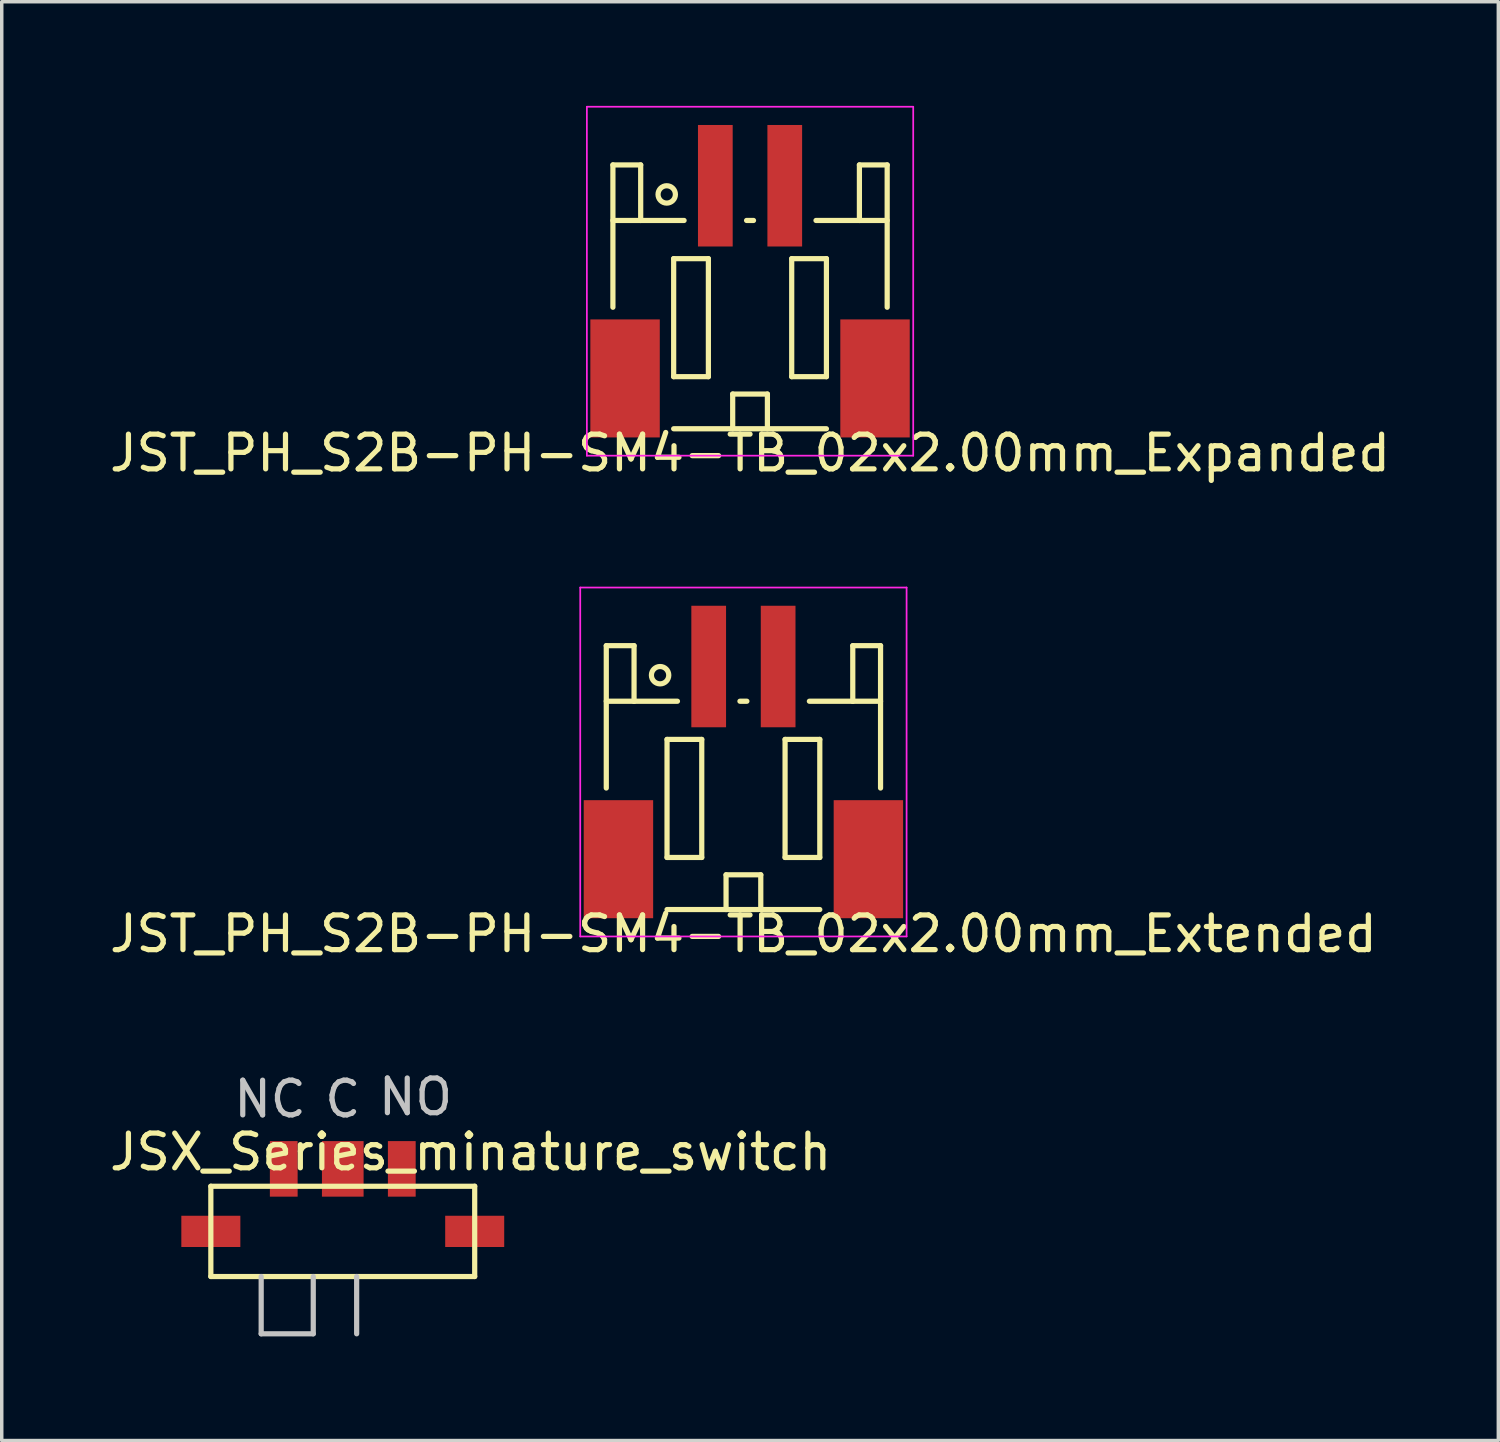
<source format=kicad_pcb>
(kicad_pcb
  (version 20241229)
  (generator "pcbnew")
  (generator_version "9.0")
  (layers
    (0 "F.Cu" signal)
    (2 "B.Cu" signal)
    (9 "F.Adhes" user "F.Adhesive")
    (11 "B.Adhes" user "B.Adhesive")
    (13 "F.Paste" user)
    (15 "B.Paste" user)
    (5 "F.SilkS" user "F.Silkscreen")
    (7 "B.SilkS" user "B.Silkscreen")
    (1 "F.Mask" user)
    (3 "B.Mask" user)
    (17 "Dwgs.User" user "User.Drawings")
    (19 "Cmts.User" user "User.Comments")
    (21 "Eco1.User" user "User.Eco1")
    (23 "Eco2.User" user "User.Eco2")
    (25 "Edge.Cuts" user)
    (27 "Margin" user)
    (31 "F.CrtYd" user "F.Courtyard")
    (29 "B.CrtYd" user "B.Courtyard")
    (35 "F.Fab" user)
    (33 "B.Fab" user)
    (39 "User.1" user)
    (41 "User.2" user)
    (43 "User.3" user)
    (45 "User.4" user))
  (footprint "JST_PH_S2B-PH-SM4-TB_02x2.00mm_Extended"
    (layer "F.Cu")
    (at 18.363 18.923)
    (property "Reference" "JST_PH_S2B-PH-SM4-TB_02x2.00mm_Extended" (at 0 4.925 0) (layer "F.SilkS") (effects (font (size 1 1) (thickness 0.15))))
    (attr smd)
    (fp_line (start -3.95 -3.375) (end -3.95 0.725) (stroke (width 0.15) (type solid)) (layer "F.SilkS"))
    (fp_line (start -3.15 -3.375) (end -3.95 -3.375) (stroke (width 0.15) (type solid)) (layer "F.SilkS"))
    (fp_line (start -3.15 -1.775) (end -3.95 -1.775) (stroke (width 0.15) (type solid)) (layer "F.SilkS"))
    (fp_line (start -3.15 -1.775) (end -3.15 -3.375) (stroke (width 0.15) (type solid)) (layer "F.SilkS"))
    (fp_line (start -2.2 -0.675) (end -2.2 2.725) (stroke (width 0.15) (type solid)) (layer "F.SilkS"))
    (fp_line (start -2.2 2.725) (end -1.2 2.725) (stroke (width 0.15) (type solid)) (layer "F.SilkS"))
    (fp_line (start -2.2 4.225) (end 2.2 4.225) (stroke (width 0.15) (type solid)) (layer "F.SilkS"))
    (fp_line (start -1.9 -1.775) (end -3.15 -1.775) (stroke (width 0.15) (type solid)) (layer "F.SilkS"))
    (fp_line (start -1.2 -0.675) (end -2.2 -0.675) (stroke (width 0.15) (type solid)) (layer "F.SilkS"))
    (fp_line (start -1.2 2.725) (end -1.2 -0.675) (stroke (width 0.15) (type solid)) (layer "F.SilkS"))
    (fp_line (start -0.5 3.225) (end 0.5 3.225) (stroke (width 0.15) (type solid)) (layer "F.SilkS"))
    (fp_line (start -0.5 4.225) (end -0.5 3.225) (stroke (width 0.15) (type solid)) (layer "F.SilkS"))
    (fp_line (start -0.1 -1.775) (end 0.1 -1.775) (stroke (width 0.15) (type solid)) (layer "F.SilkS"))
    (fp_line (start 0.5 3.225) (end 0.5 4.225) (stroke (width 0.15) (type solid)) (layer "F.SilkS"))
    (fp_line (start 1.2 -0.675) (end 2.2 -0.675) (stroke (width 0.15) (type solid)) (layer "F.SilkS"))
    (fp_line (start 1.2 2.725) (end 1.2 -0.675) (stroke (width 0.15) (type solid)) (layer "F.SilkS"))
    (fp_line (start 1.9 -1.775) (end 3.15 -1.775) (stroke (width 0.15) (type solid)) (layer "F.SilkS"))
    (fp_line (start 2.2 -0.675) (end 2.2 2.725) (stroke (width 0.15) (type solid)) (layer "F.SilkS"))
    (fp_line (start 2.2 2.725) (end 1.2 2.725) (stroke (width 0.15) (type solid)) (layer "F.SilkS"))
    (fp_line (start 3.15 -3.375) (end 3.95 -3.375) (stroke (width 0.15) (type solid)) (layer "F.SilkS"))
    (fp_line (start 3.15 -1.775) (end 3.15 -3.375) (stroke (width 0.15) (type solid)) (layer "F.SilkS"))
    (fp_line (start 3.15 -1.775) (end 3.95 -1.775) (stroke (width 0.15) (type solid)) (layer "F.SilkS"))
    (fp_line (start 3.95 -3.375) (end 3.95 0.725) (stroke (width 0.15) (type solid)) (layer "F.SilkS"))
    (fp_circle (center -2.4 -2.525) (end -2.15 -2.525) (stroke (width 0.15) (type solid)) (fill no) (layer "F.SilkS"))
    (fp_line (start -4.7 -5.05) (end 4.7 -5.05) (stroke (width 0.05) (type solid)) (layer "F.CrtYd"))
    (fp_line (start -4.7 5) (end -4.7 -5.05) (stroke (width 0.05) (type solid)) (layer "F.CrtYd"))
    (fp_line (start 4.7 -5.05) (end 4.7 5) (stroke (width 0.05) (type solid)) (layer "F.CrtYd"))
    (fp_line (start 4.7 5) (end -4.7 5) (stroke (width 0.05) (type solid)) (layer "F.CrtYd"))
    (pad "" smd rect (at -3.6 2.775) (size 2 3.4) (layers "F.Cu" "F.Mask" "F.Paste"))
    (pad "" smd rect (at 3.6 2.775) (size 2 3.4) (layers "F.Cu" "F.Mask" "F.Paste"))
    (pad "1" smd rect (at -1 -2.775) (size 1 3.5) (layers "F.Cu" "F.Mask" "F.Paste"))
    (pad "2" smd rect (at 1 -2.775) (size 1 3.5) (layers "F.Cu" "F.Mask" "F.Paste")))
  (footprint "JST_PH_S2B-PH-SM4-TB_02x2.00mm_Expanded"
    (layer "F.Cu")
    (at 18.554 5.075)
    (property "Reference" "JST_PH_S2B-PH-SM4-TB_02x2.00mm_Expanded" (at 0 4.925 0) (layer "F.SilkS") (effects (font (size 1 1) (thickness 0.15))))
    (attr smd)
    (fp_line (start -3.95 -3.375) (end -3.95 0.725) (stroke (width 0.15) (type solid)) (layer "F.SilkS"))
    (fp_line (start -3.15 -3.375) (end -3.95 -3.375) (stroke (width 0.15) (type solid)) (layer "F.SilkS"))
    (fp_line (start -3.15 -1.775) (end -3.95 -1.775) (stroke (width 0.15) (type solid)) (layer "F.SilkS"))
    (fp_line (start -3.15 -1.775) (end -3.15 -3.375) (stroke (width 0.15) (type solid)) (layer "F.SilkS"))
    (fp_line (start -2.2 -0.675) (end -2.2 2.725) (stroke (width 0.15) (type solid)) (layer "F.SilkS"))
    (fp_line (start -2.2 2.725) (end -1.2 2.725) (stroke (width 0.15) (type solid)) (layer "F.SilkS"))
    (fp_line (start -2.2 4.225) (end 2.2 4.225) (stroke (width 0.15) (type solid)) (layer "F.SilkS"))
    (fp_line (start -1.9 -1.775) (end -3.15 -1.775) (stroke (width 0.15) (type solid)) (layer "F.SilkS"))
    (fp_line (start -1.2 -0.675) (end -2.2 -0.675) (stroke (width 0.15) (type solid)) (layer "F.SilkS"))
    (fp_line (start -1.2 2.725) (end -1.2 -0.675) (stroke (width 0.15) (type solid)) (layer "F.SilkS"))
    (fp_line (start -0.5 3.225) (end 0.5 3.225) (stroke (width 0.15) (type solid)) (layer "F.SilkS"))
    (fp_line (start -0.5 4.225) (end -0.5 3.225) (stroke (width 0.15) (type solid)) (layer "F.SilkS"))
    (fp_line (start -0.1 -1.775) (end 0.1 -1.775) (stroke (width 0.15) (type solid)) (layer "F.SilkS"))
    (fp_line (start 0.5 3.225) (end 0.5 4.225) (stroke (width 0.15) (type solid)) (layer "F.SilkS"))
    (fp_line (start 1.2 -0.675) (end 2.2 -0.675) (stroke (width 0.15) (type solid)) (layer "F.SilkS"))
    (fp_line (start 1.2 2.725) (end 1.2 -0.675) (stroke (width 0.15) (type solid)) (layer "F.SilkS"))
    (fp_line (start 1.9 -1.775) (end 3.15 -1.775) (stroke (width 0.15) (type solid)) (layer "F.SilkS"))
    (fp_line (start 2.2 -0.675) (end 2.2 2.725) (stroke (width 0.15) (type solid)) (layer "F.SilkS"))
    (fp_line (start 2.2 2.725) (end 1.2 2.725) (stroke (width 0.15) (type solid)) (layer "F.SilkS"))
    (fp_line (start 3.15 -3.375) (end 3.95 -3.375) (stroke (width 0.15) (type solid)) (layer "F.SilkS"))
    (fp_line (start 3.15 -1.775) (end 3.15 -3.375) (stroke (width 0.15) (type solid)) (layer "F.SilkS"))
    (fp_line (start 3.15 -1.775) (end 3.95 -1.775) (stroke (width 0.15) (type solid)) (layer "F.SilkS"))
    (fp_line (start 3.95 -3.375) (end 3.95 0.725) (stroke (width 0.15) (type solid)) (layer "F.SilkS"))
    (fp_circle (center -2.4 -2.525) (end -2.15 -2.525) (stroke (width 0.15) (type solid)) (fill no) (layer "F.SilkS"))
    (fp_line (start -4.7 -5.05) (end 4.7 -5.05) (stroke (width 0.05) (type solid)) (layer "F.CrtYd"))
    (fp_line (start -4.7 5) (end -4.7 -5.05) (stroke (width 0.05) (type solid)) (layer "F.CrtYd"))
    (fp_line (start 4.7 -5.05) (end 4.7 5) (stroke (width 0.05) (type solid)) (layer "F.CrtYd"))
    (fp_line (start 4.7 5) (end -4.7 5) (stroke (width 0.05) (type solid)) (layer "F.CrtYd"))
    (pad "" smd rect (at -3.6 2.775) (size 2 3.4) (layers "F.Cu" "F.Mask" "F.Paste"))
    (pad "" smd rect (at 3.6 2.775) (size 2 3.4) (layers "F.Cu" "F.Mask" "F.Paste"))
    (pad "1" smd rect (at -1 -2.775) (size 1 3.5) (layers "F.Cu" "F.Mask" "F.Paste"))
    (pad "2" smd rect (at 1 -2.775) (size 1 3.5) (layers "F.Cu" "F.Mask" "F.Paste")))
  (footprint "JSX_Series_minature_switch"
    (layer "F.Cu")
    (at 6.823 32.418)
    (property "Reference" "JSX_Series_minature_switch" (at 3.683 -2.286 0) (layer "F.SilkS") (effects (font (size 1 1) (thickness 0.15))))
    (attr through_hole)
    (fp_line (start -3.8 -1.3) (end 3.8 -1.3) (stroke (width 0.15) (type solid)) (layer "F.SilkS"))
    (fp_line (start -3.8 1.3) (end -3.8 -1.3) (stroke (width 0.15) (type solid)) (layer "F.SilkS"))
    (fp_line (start 3.8 -1.3) (end 3.8 1.3) (stroke (width 0.15) (type solid)) (layer "F.SilkS"))
    (fp_line (start 3.8 1.3) (end -3.8 1.3) (stroke (width 0.15) (type solid)) (layer "F.SilkS"))
    (fp_line (start -2.35 1.3) (end -2.35 2.95) (stroke (width 0.15) (type solid)) (layer "Dwgs.User"))
    (fp_line (start -2.35 2.95) (end -0.85 2.95) (stroke (width 0.15) (type solid)) (layer "Dwgs.User"))
    (fp_line (start -0.85 2.95) (end -0.85 1.3) (stroke (width 0.15) (type solid)) (layer "Dwgs.User"))
    (fp_line (start 0.4 1.3) (end 0.4 2.95) (stroke (width 0.15) (type solid)) (layer "Dwgs.User"))
    (fp_text user "NO" (at 2.095 -3.873 0) (layer "Dwgs.User") (effects (font (size 1 1) (thickness 0.15))))
    (fp_text user "NC" (at -2.095 -3.81 0) (layer "Dwgs.User") (effects (font (size 1 1) (thickness 0.15))))
    (fp_text user "C" (at 0 -3.81 0) (layer "Dwgs.User") (effects (font (size 1 1) (thickness 0.15))))
    (pad "" smd rect (at -3.8 0) (size 1.7 0.9) (layers "F.Cu" "F.Mask" "F.Paste"))
    (pad "" smd rect (at 3.8 0) (size 1.7 0.9) (layers "F.Cu" "F.Mask" "F.Paste"))
    (pad "1" smd rect (at -1.7 -1.8) (size 0.8 1.6) (layers "F.Cu" "F.Mask" "F.Paste"))
    (pad "2" smd rect (at 0 -1.8) (size 1.2 1.6) (layers "F.Cu" "F.Mask" "F.Paste"))
    (pad "3" smd rect (at 1.7 -1.8) (size 0.8 1.6) (layers "F.Cu" "F.Mask" "F.Paste")))
  (gr_rect
    (start -3 -3)
    (end 40.107 38.443)
    (stroke (width 0.1) (type default))
    (fill no)
    (layer "Edge.Cuts")))
</source>
